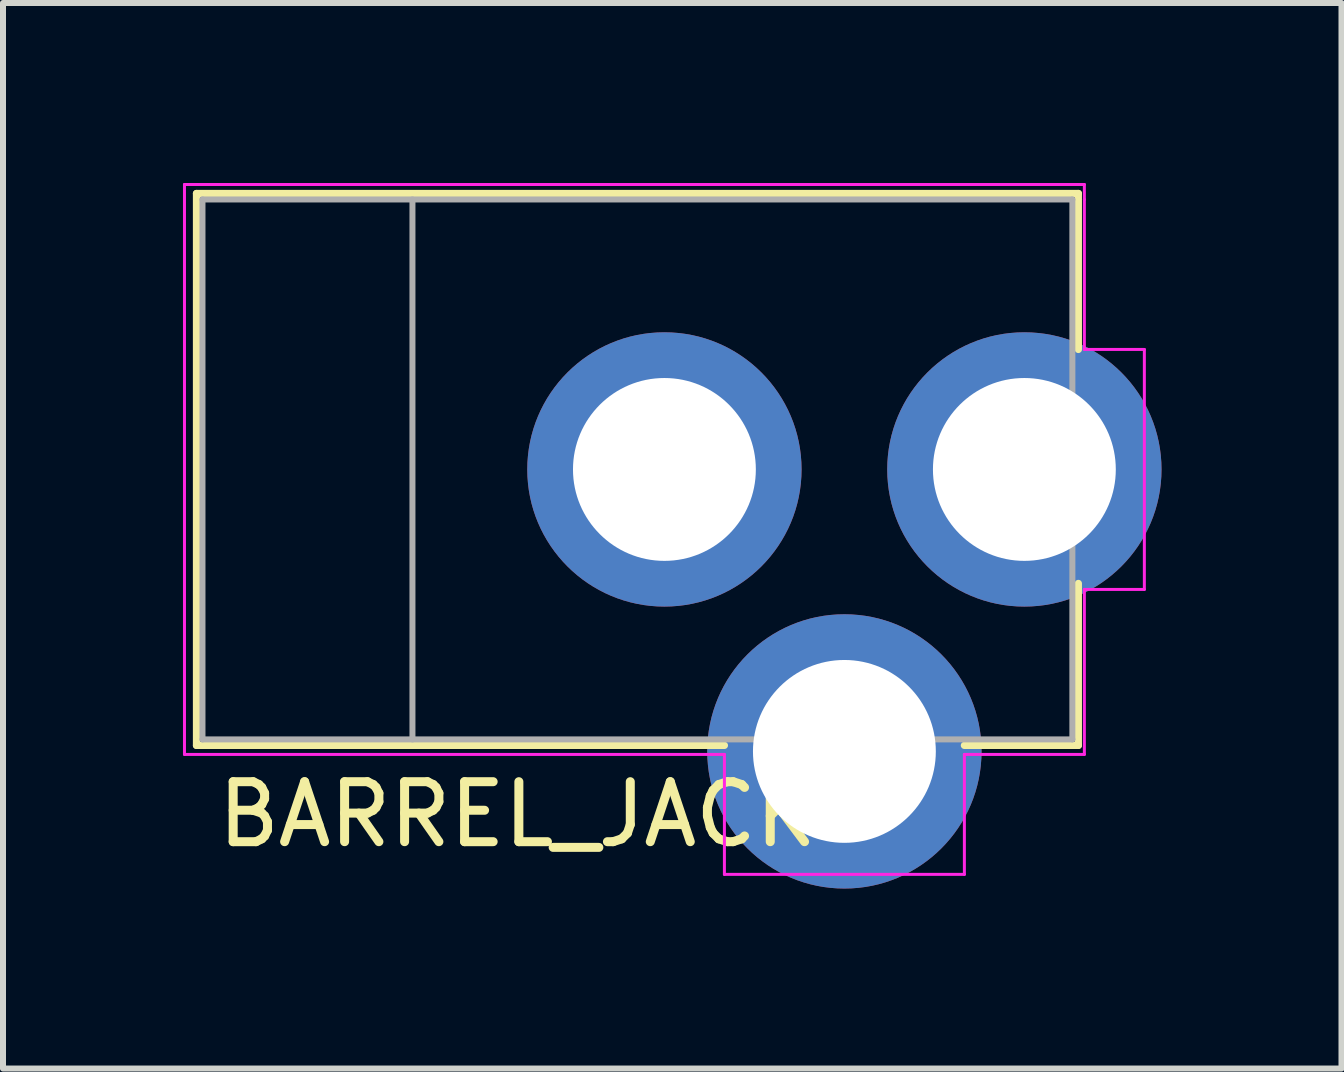
<source format=kicad_pcb>
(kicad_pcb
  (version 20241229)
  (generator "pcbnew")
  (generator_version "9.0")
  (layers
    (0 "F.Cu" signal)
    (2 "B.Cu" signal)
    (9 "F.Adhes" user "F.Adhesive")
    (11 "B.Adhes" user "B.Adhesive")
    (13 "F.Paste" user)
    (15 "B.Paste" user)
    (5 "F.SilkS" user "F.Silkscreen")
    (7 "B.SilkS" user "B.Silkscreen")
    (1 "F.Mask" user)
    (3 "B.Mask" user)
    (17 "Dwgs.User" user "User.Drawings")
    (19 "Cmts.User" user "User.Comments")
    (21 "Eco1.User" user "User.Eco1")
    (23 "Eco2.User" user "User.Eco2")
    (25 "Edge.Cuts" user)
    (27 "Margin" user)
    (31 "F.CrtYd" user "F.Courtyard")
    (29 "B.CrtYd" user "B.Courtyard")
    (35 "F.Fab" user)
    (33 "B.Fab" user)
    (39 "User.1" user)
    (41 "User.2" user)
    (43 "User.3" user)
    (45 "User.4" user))
  (footprint "BARREL_JACK"
    (layer "F.Cu")
    (at 14.025 4.775)
    (property "Reference" "BARREL_JACK" (at -8.45 5.75 180) (layer "F.SilkS") (effects (font (size 1 1) (thickness 0.15))))
    (attr through_hole)
    (fp_line (start -13.8 -4.6) (end 0.9 -4.6) (stroke (width 0.12) (type solid)) (layer "F.SilkS"))
    (fp_line (start -13.8 4.6) (end -13.8 -4.6) (stroke (width 0.12) (type solid)) (layer "F.SilkS"))
    (fp_line (start -5 4.6) (end -13.8 4.6) (stroke (width 0.12) (type solid)) (layer "F.SilkS"))
    (fp_line (start 0.9 -4.6) (end 0.9 -2) (stroke (width 0.12) (type solid)) (layer "F.SilkS"))
    (fp_line (start 0.9 1.9) (end 0.9 4.6) (stroke (width 0.12) (type solid)) (layer "F.SilkS"))
    (fp_line (start 0.9 4.6) (end -1 4.6) (stroke (width 0.12) (type solid)) (layer "F.SilkS"))
    (fp_line (start -14 4.75) (end -14 -4.75) (stroke (width 0.05) (type solid)) (layer "F.CrtYd"))
    (fp_line (start -5 4.75) (end -14 4.75) (stroke (width 0.05) (type solid)) (layer "F.CrtYd"))
    (fp_line (start -5 6.75) (end -5 4.75) (stroke (width 0.05) (type solid)) (layer "F.CrtYd"))
    (fp_line (start -1 4.75) (end -1 6.75) (stroke (width 0.05) (type solid)) (layer "F.CrtYd"))
    (fp_line (start -1 6.75) (end -5 6.75) (stroke (width 0.05) (type solid)) (layer "F.CrtYd"))
    (fp_line (start 1 -4.75) (end -14 -4.75) (stroke (width 0.05) (type solid)) (layer "F.CrtYd"))
    (fp_line (start 1 -4.5) (end 1 -4.75) (stroke (width 0.05) (type solid)) (layer "F.CrtYd"))
    (fp_line (start 1 -4.5) (end 1 -2) (stroke (width 0.05) (type solid)) (layer "F.CrtYd"))
    (fp_line (start 1 -2) (end 2 -2) (stroke (width 0.05) (type solid)) (layer "F.CrtYd"))
    (fp_line (start 1 2) (end 1 4.75) (stroke (width 0.05) (type solid)) (layer "F.CrtYd"))
    (fp_line (start 1 4.75) (end -1 4.75) (stroke (width 0.05) (type solid)) (layer "F.CrtYd"))
    (fp_line (start 2 -2) (end 2 2) (stroke (width 0.05) (type solid)) (layer "F.CrtYd"))
    (fp_line (start 2 2) (end 1 2) (stroke (width 0.05) (type solid)) (layer "F.CrtYd"))
    (fp_line (start -13.7 -4.5) (end -13.7 4.5) (stroke (width 0.1) (type solid)) (layer "F.Fab"))
    (fp_line (start -13.7 4.5) (end 0.8 4.5) (stroke (width 0.1) (type solid)) (layer "F.Fab"))
    (fp_line (start -10.2 -4.5) (end -10.2 4.5) (stroke (width 0.1) (type solid)) (layer "F.Fab"))
    (fp_line (start 0.8 -4.5) (end -13.7 -4.5) (stroke (width 0.1) (type solid)) (layer "F.Fab"))
    (fp_line (start 0.8 4.5) (end 0.8 -4.5) (stroke (width 0.1) (type solid)) (layer "F.Fab"))
    (pad "1" thru_hole circle (at 0 0) (size 4.572 4.572) (drill 3.048) (layers "*.Cu" "*.Mask"))
    (pad "2" thru_hole circle (at -6 0) (size 4.572 4.572) (drill 3.048) (layers "*.Cu" "*.Mask"))
    (pad "3" thru_hole circle (at -3 4.7) (size 4.572 4.572) (drill 3.048) (layers "*.Cu" "*.Mask")))
  (gr_rect
    (start -3 -3)
    (end 19.311 14.761)
    (stroke (width 0.1) (type default))
    (fill no)
    (layer "Edge.Cuts")))
</source>
